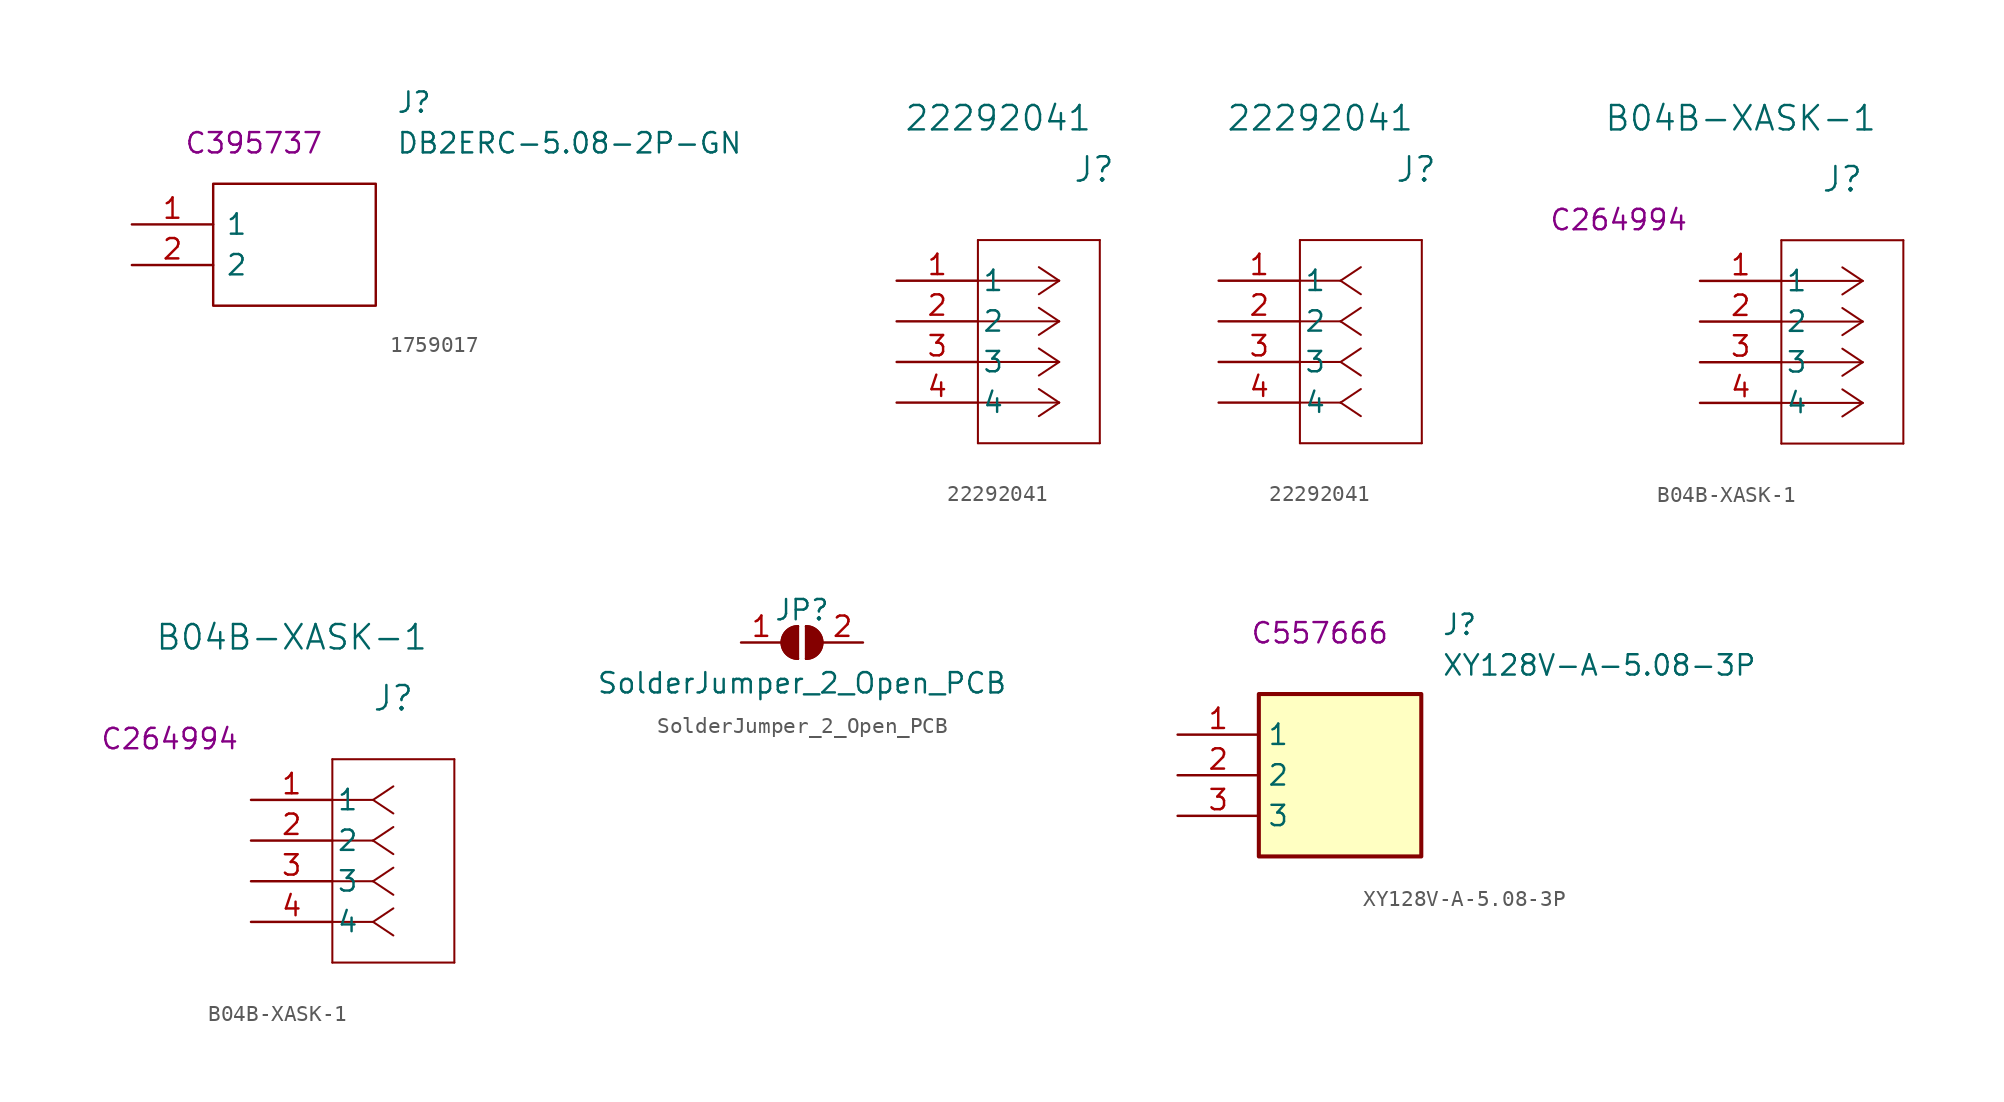
<source format=kicad_sym>
(kicad_symbol_lib
  (version 20220914)
  (generator kicad_symbol_editor)
  (symbol "1759017"
    (pin_names
      (offset 0.762))
    (property "Reference" "J"
      (at 16.51 7.62 0)
      (effects (font (size 1.27 1.27)) (justify left)))
    (property "Value" "DB2ERC-5.08-2P-GN"
      (at 16.51 5.08 0)
      (effects (font (size 1.27 1.27)) (justify left)))
    (property "LCSC" "C395737"
      (at 7.62 5.08 0)
      (effects (font (size 1.27 1.27))))
    (symbol "1759017_0_0"
      (pin passive line (at 0 0 0) (length 5.08) (name "1" (effects (font (size 1.27 1.27)))) (number "1" (effects (font (size 1.27 1.27)))))
      (pin passive line (at 0 -2.54 0) (length 5.08) (name "2" (effects (font (size 1.27 1.27)))) (number "2" (effects (font (size 1.27 1.27))))))
    (symbol "1759017_0_1"
      (polyline (pts (xy 5.08 2.54) (xy 15.24 2.54) (xy 15.24 -5.08) (xy 5.08 -5.08) (xy 5.08 2.54)) (stroke (width 0.152) (type solid)) (fill (type none)))))
  (symbol "22292041"
    (pin_names
      (offset 0.254))
    (property "Reference" "J"
      (at 12.339 6.955 0)
      (effects (font (size 1.524 1.524))))
    (property "Value" "22292041"
      (at 6.35 10.16 0)
      (effects (font (size 1.524 1.524))))
    (property "LCSC" ""
      (at 0 0 0)
      (effects (font (size 1.27 1.27))))
    (symbol "22292041_1_1"
      (polyline (pts (xy 5.08 -10.16) (xy 12.7 -10.16)) (stroke (width 0.127) (type default)) (fill (type none)))
      (polyline (pts (xy 5.08 2.54) (xy 5.08 -10.16)) (stroke (width 0.127) (type default)) (fill (type none)))
      (polyline (pts (xy 10.16 -7.62) (xy 5.08 -7.62)) (stroke (width 0.127) (type default)) (fill (type none)))
      (polyline (pts (xy 10.16 -7.62) (xy 8.89 -8.467)) (stroke (width 0.127) (type default)) (fill (type none)))
      (polyline (pts (xy 10.16 -7.62) (xy 8.89 -6.773)) (stroke (width 0.127) (type default)) (fill (type none)))
      (polyline (pts (xy 10.16 -5.08) (xy 5.08 -5.08)) (stroke (width 0.127) (type default)) (fill (type none)))
      (polyline (pts (xy 10.16 -5.08) (xy 8.89 -5.927)) (stroke (width 0.127) (type default)) (fill (type none)))
      (polyline (pts (xy 10.16 -5.08) (xy 8.89 -4.233)) (stroke (width 0.127) (type default)) (fill (type none)))
      (polyline (pts (xy 10.16 -2.54) (xy 5.08 -2.54)) (stroke (width 0.127) (type default)) (fill (type none)))
      (polyline (pts (xy 10.16 -2.54) (xy 8.89 -3.387)) (stroke (width 0.127) (type default)) (fill (type none)))
      (polyline (pts (xy 10.16 -2.54) (xy 8.89 -1.693)) (stroke (width 0.127) (type default)) (fill (type none)))
      (polyline (pts (xy 10.16 0) (xy 5.08 0)) (stroke (width 0.127) (type default)) (fill (type none)))
      (polyline (pts (xy 10.16 0) (xy 8.89 -0.847)) (stroke (width 0.127) (type default)) (fill (type none)))
      (polyline (pts (xy 10.16 0) (xy 8.89 0.847)) (stroke (width 0.127) (type default)) (fill (type none)))
      (polyline (pts (xy 12.7 -10.16) (xy 12.7 2.54)) (stroke (width 0.127) (type default)) (fill (type none)))
      (polyline (pts (xy 12.7 2.54) (xy 5.08 2.54)) (stroke (width 0.127) (type default)) (fill (type none)))
      (pin unspecified line (at 0 0 0) (length 5.08) (name "1" (effects (font (size 1.27 1.27)))) (number "1" (effects (font (size 1.27 1.27)))))
      (pin unspecified line (at 0 -2.54 0) (length 5.08) (name "2" (effects (font (size 1.27 1.27)))) (number "2" (effects (font (size 1.27 1.27)))))
      (pin unspecified line (at 0 -5.08 0) (length 5.08) (name "3" (effects (font (size 1.27 1.27)))) (number "3" (effects (font (size 1.27 1.27)))))
      (pin unspecified line (at 0 -7.62 0) (length 5.08) (name "4" (effects (font (size 1.27 1.27)))) (number "4" (effects (font (size 1.27 1.27))))))
    (symbol "22292041_1_2"
      (polyline (pts (xy 5.08 -10.16) (xy 12.7 -10.16)) (stroke (width 0.127) (type default)) (fill (type none)))
      (polyline (pts (xy 5.08 2.54) (xy 5.08 -10.16)) (stroke (width 0.127) (type default)) (fill (type none)))
      (polyline (pts (xy 7.62 -7.62) (xy 5.08 -7.62)) (stroke (width 0.127) (type default)) (fill (type none)))
      (polyline (pts (xy 7.62 -7.62) (xy 8.89 -8.467)) (stroke (width 0.127) (type default)) (fill (type none)))
      (polyline (pts (xy 7.62 -7.62) (xy 8.89 -6.773)) (stroke (width 0.127) (type default)) (fill (type none)))
      (polyline (pts (xy 7.62 -5.08) (xy 5.08 -5.08)) (stroke (width 0.127) (type default)) (fill (type none)))
      (polyline (pts (xy 7.62 -5.08) (xy 8.89 -5.927)) (stroke (width 0.127) (type default)) (fill (type none)))
      (polyline (pts (xy 7.62 -5.08) (xy 8.89 -4.233)) (stroke (width 0.127) (type default)) (fill (type none)))
      (polyline (pts (xy 7.62 -2.54) (xy 5.08 -2.54)) (stroke (width 0.127) (type default)) (fill (type none)))
      (polyline (pts (xy 7.62 -2.54) (xy 8.89 -3.387)) (stroke (width 0.127) (type default)) (fill (type none)))
      (polyline (pts (xy 7.62 -2.54) (xy 8.89 -1.693)) (stroke (width 0.127) (type default)) (fill (type none)))
      (polyline (pts (xy 7.62 0) (xy 5.08 0)) (stroke (width 0.127) (type default)) (fill (type none)))
      (polyline (pts (xy 7.62 0) (xy 8.89 -0.847)) (stroke (width 0.127) (type default)) (fill (type none)))
      (polyline (pts (xy 7.62 0) (xy 8.89 0.847)) (stroke (width 0.127) (type default)) (fill (type none)))
      (polyline (pts (xy 12.7 -10.16) (xy 12.7 2.54)) (stroke (width 0.127) (type default)) (fill (type none)))
      (polyline (pts (xy 12.7 2.54) (xy 5.08 2.54)) (stroke (width 0.127) (type default)) (fill (type none)))
      (pin unspecified line (at 0 0 0) (length 5.08) (name "1" (effects (font (size 1.27 1.27)))) (number "1" (effects (font (size 1.27 1.27)))))
      (pin unspecified line (at 0 -2.54 0) (length 5.08) (name "2" (effects (font (size 1.27 1.27)))) (number "2" (effects (font (size 1.27 1.27)))))
      (pin unspecified line (at 0 -5.08 0) (length 5.08) (name "3" (effects (font (size 1.27 1.27)))) (number "3" (effects (font (size 1.27 1.27)))))
      (pin unspecified line (at 0 -7.62 0) (length 5.08) (name "4" (effects (font (size 1.27 1.27)))) (number "4" (effects (font (size 1.27 1.27)))))))
  (symbol "B04B-XASK-1"
    (pin_names
      (offset 0.254))
    (property "Reference" "J"
      (at 8.89 6.35 0)
      (effects (font (size 1.524 1.524))))
    (property "Value" "B04B-XASK-1"
      (at 2.54 10.16 0)
      (effects (font (size 1.524 1.524))))
    (property "LCSC" "C264994"
      (at -5.08 3.81 0)
      (effects (font (size 1.27 1.27))))
    (symbol "B04B-XASK-1_1_1"
      (polyline (pts (xy 5.08 -10.16) (xy 12.7 -10.16)) (stroke (width 0.127) (type default)) (fill (type none)))
      (polyline (pts (xy 5.08 2.54) (xy 5.08 -10.16)) (stroke (width 0.127) (type default)) (fill (type none)))
      (polyline (pts (xy 10.16 -7.62) (xy 5.08 -7.62)) (stroke (width 0.127) (type default)) (fill (type none)))
      (polyline (pts (xy 10.16 -7.62) (xy 8.89 -8.467)) (stroke (width 0.127) (type default)) (fill (type none)))
      (polyline (pts (xy 10.16 -7.62) (xy 8.89 -6.773)) (stroke (width 0.127) (type default)) (fill (type none)))
      (polyline (pts (xy 10.16 -5.08) (xy 5.08 -5.08)) (stroke (width 0.127) (type default)) (fill (type none)))
      (polyline (pts (xy 10.16 -5.08) (xy 8.89 -5.927)) (stroke (width 0.127) (type default)) (fill (type none)))
      (polyline (pts (xy 10.16 -5.08) (xy 8.89 -4.233)) (stroke (width 0.127) (type default)) (fill (type none)))
      (polyline (pts (xy 10.16 -2.54) (xy 5.08 -2.54)) (stroke (width 0.127) (type default)) (fill (type none)))
      (polyline (pts (xy 10.16 -2.54) (xy 8.89 -3.387)) (stroke (width 0.127) (type default)) (fill (type none)))
      (polyline (pts (xy 10.16 -2.54) (xy 8.89 -1.693)) (stroke (width 0.127) (type default)) (fill (type none)))
      (polyline (pts (xy 10.16 0) (xy 5.08 0)) (stroke (width 0.127) (type default)) (fill (type none)))
      (polyline (pts (xy 10.16 0) (xy 8.89 -0.847)) (stroke (width 0.127) (type default)) (fill (type none)))
      (polyline (pts (xy 10.16 0) (xy 8.89 0.847)) (stroke (width 0.127) (type default)) (fill (type none)))
      (polyline (pts (xy 12.7 -10.16) (xy 12.7 2.54)) (stroke (width 0.127) (type default)) (fill (type none)))
      (polyline (pts (xy 12.7 2.54) (xy 5.08 2.54)) (stroke (width 0.127) (type default)) (fill (type none)))
      (pin unspecified line (at 0 0 0) (length 5.08) (name "1" (effects (font (size 1.27 1.27)))) (number "1" (effects (font (size 1.27 1.27)))))
      (pin unspecified line (at 0 -2.54 0) (length 5.08) (name "2" (effects (font (size 1.27 1.27)))) (number "2" (effects (font (size 1.27 1.27)))))
      (pin unspecified line (at 0 -5.08 0) (length 5.08) (name "3" (effects (font (size 1.27 1.27)))) (number "3" (effects (font (size 1.27 1.27)))))
      (pin unspecified line (at 0 -7.62 0) (length 5.08) (name "4" (effects (font (size 1.27 1.27)))) (number "4" (effects (font (size 1.27 1.27))))))
    (symbol "B04B-XASK-1_1_2"
      (polyline (pts (xy 5.08 -10.16) (xy 12.7 -10.16)) (stroke (width 0.127) (type default)) (fill (type none)))
      (polyline (pts (xy 5.08 2.54) (xy 5.08 -10.16)) (stroke (width 0.127) (type default)) (fill (type none)))
      (polyline (pts (xy 7.62 -7.62) (xy 5.08 -7.62)) (stroke (width 0.127) (type default)) (fill (type none)))
      (polyline (pts (xy 7.62 -7.62) (xy 8.89 -8.467)) (stroke (width 0.127) (type default)) (fill (type none)))
      (polyline (pts (xy 7.62 -7.62) (xy 8.89 -6.773)) (stroke (width 0.127) (type default)) (fill (type none)))
      (polyline (pts (xy 7.62 -5.08) (xy 5.08 -5.08)) (stroke (width 0.127) (type default)) (fill (type none)))
      (polyline (pts (xy 7.62 -5.08) (xy 8.89 -5.927)) (stroke (width 0.127) (type default)) (fill (type none)))
      (polyline (pts (xy 7.62 -5.08) (xy 8.89 -4.233)) (stroke (width 0.127) (type default)) (fill (type none)))
      (polyline (pts (xy 7.62 -2.54) (xy 5.08 -2.54)) (stroke (width 0.127) (type default)) (fill (type none)))
      (polyline (pts (xy 7.62 -2.54) (xy 8.89 -3.387)) (stroke (width 0.127) (type default)) (fill (type none)))
      (polyline (pts (xy 7.62 -2.54) (xy 8.89 -1.693)) (stroke (width 0.127) (type default)) (fill (type none)))
      (polyline (pts (xy 7.62 0) (xy 5.08 0)) (stroke (width 0.127) (type default)) (fill (type none)))
      (polyline (pts (xy 7.62 0) (xy 8.89 -0.847)) (stroke (width 0.127) (type default)) (fill (type none)))
      (polyline (pts (xy 7.62 0) (xy 8.89 0.847)) (stroke (width 0.127) (type default)) (fill (type none)))
      (polyline (pts (xy 12.7 -10.16) (xy 12.7 2.54)) (stroke (width 0.127) (type default)) (fill (type none)))
      (polyline (pts (xy 12.7 2.54) (xy 5.08 2.54)) (stroke (width 0.127) (type default)) (fill (type none)))
      (pin unspecified line (at 0 0 0) (length 5.08) (name "1" (effects (font (size 1.27 1.27)))) (number "1" (effects (font (size 1.27 1.27)))))
      (pin unspecified line (at 0 -2.54 0) (length 5.08) (name "2" (effects (font (size 1.27 1.27)))) (number "2" (effects (font (size 1.27 1.27)))))
      (pin unspecified line (at 0 -5.08 0) (length 5.08) (name "3" (effects (font (size 1.27 1.27)))) (number "3" (effects (font (size 1.27 1.27)))))
      (pin unspecified line (at 0 -7.62 0) (length 5.08) (name "4" (effects (font (size 1.27 1.27)))) (number "4" (effects (font (size 1.27 1.27)))))))
  (symbol "SolderJumper_2_Open_PCB"
    (pin_names
      (offset 0) hide)
    (property "Reference" "JP"
      (at 0 2.032 0)
      (effects (font (size 1.27 1.27))))
    (property "Value" "SolderJumper_2_Open_PCB"
      (at 0 -2.54 0)
      (effects (font (size 1.27 1.27))))
    (symbol "SolderJumper_2_Open_PCB_0_1"
      (arc (start -0.254 1.016) (mid -1.2656 0) (end -0.254 -1.016) (stroke (width 0) (type default)) (fill (type none)))
      (arc (start -0.254 1.016) (mid -1.2656 0) (end -0.254 -1.016) (stroke (width 0) (type default)) (fill (type outline)))
      (polyline (pts (xy -0.254 1.016) (xy -0.254 -1.016)) (stroke (width 0) (type default)) (fill (type none)))
      (polyline (pts (xy 0.254 1.016) (xy 0.254 -1.016)) (stroke (width 0) (type default)) (fill (type none)))
      (arc (start 0.254 -1.016) (mid 1.2656 0) (end 0.254 1.016) (stroke (width 0) (type default)) (fill (type none)))
      (arc (start 0.254 -1.016) (mid 1.2656 0) (end 0.254 1.016) (stroke (width 0) (type default)) (fill (type outline))))
    (symbol "SolderJumper_2_Open_PCB_1_1"
      (pin passive line (at -3.81 0 0) (length 2.54) (name "A" (effects (font (size 1.27 1.27)))) (number "1" (effects (font (size 1.27 1.27)))))
      (pin passive line (at 3.81 0 180) (length 2.54) (name "B" (effects (font (size 1.27 1.27)))) (number "2" (effects (font (size 1.27 1.27)))))))
  (symbol "XY128V-A-5.08-3P"
    (property "Reference" "J"
      (at 16.51 7.62 0)
      (effects (font (size 1.27 1.27)) (justify left top)))
    (property "Value" "XY128V-A-5.08-3P"
      (at 16.51 5.08 0)
      (effects (font (size 1.27 1.27)) (justify left top)))
    (property "LCSC" "C557666"
      (at 8.89 6.35 0)
      (effects (font (size 1.27 1.27))))
    (symbol "XY128V-A-5.08-3P_1_1"
      (rectangle (start 5.08 2.54) (end 15.24 -7.62) (stroke (width 0.254) (type default)) (fill (type background)))
      (pin passive line (at 0 0 0) (length 5.08) (name "1" (effects (font (size 1.27 1.27)))) (number "1" (effects (font (size 1.27 1.27)))))
      (pin passive line (at 0 -2.54 0) (length 5.08) (name "2" (effects (font (size 1.27 1.27)))) (number "2" (effects (font (size 1.27 1.27)))))
      (pin passive line (at 0 -5.08 0) (length 5.08) (name "3" (effects (font (size 1.27 1.27)))) (number "3" (effects (font (size 1.27 1.27))))))))
</source>
